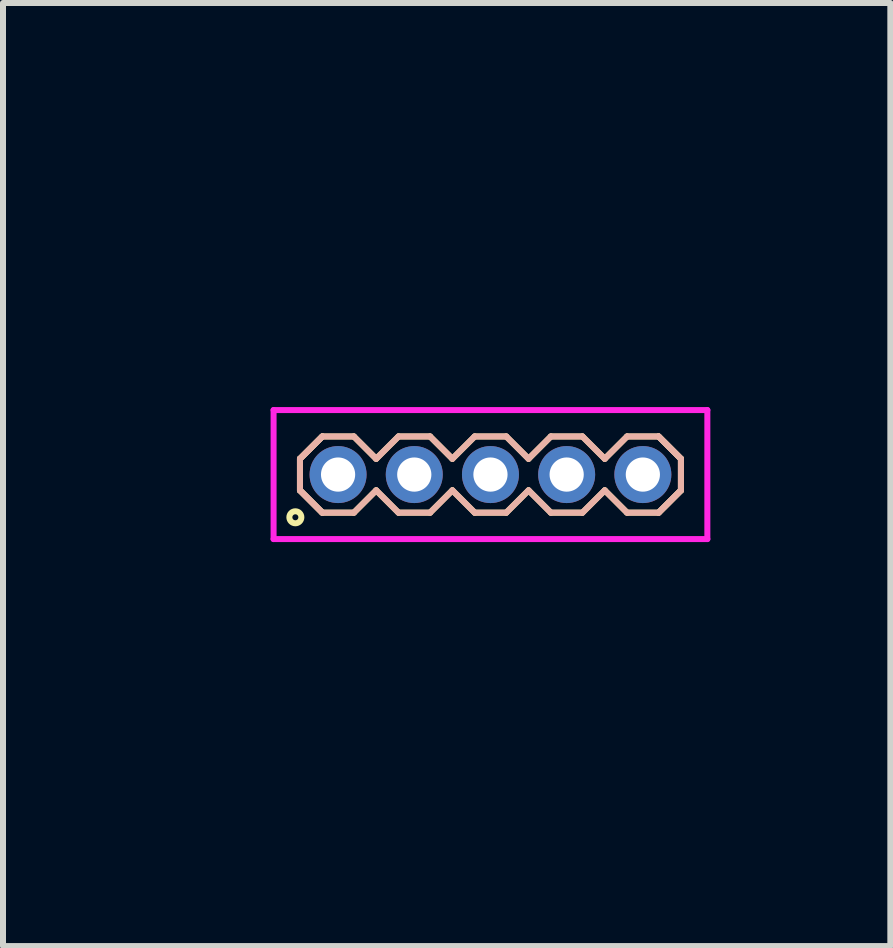
<source format=kicad_pcb>
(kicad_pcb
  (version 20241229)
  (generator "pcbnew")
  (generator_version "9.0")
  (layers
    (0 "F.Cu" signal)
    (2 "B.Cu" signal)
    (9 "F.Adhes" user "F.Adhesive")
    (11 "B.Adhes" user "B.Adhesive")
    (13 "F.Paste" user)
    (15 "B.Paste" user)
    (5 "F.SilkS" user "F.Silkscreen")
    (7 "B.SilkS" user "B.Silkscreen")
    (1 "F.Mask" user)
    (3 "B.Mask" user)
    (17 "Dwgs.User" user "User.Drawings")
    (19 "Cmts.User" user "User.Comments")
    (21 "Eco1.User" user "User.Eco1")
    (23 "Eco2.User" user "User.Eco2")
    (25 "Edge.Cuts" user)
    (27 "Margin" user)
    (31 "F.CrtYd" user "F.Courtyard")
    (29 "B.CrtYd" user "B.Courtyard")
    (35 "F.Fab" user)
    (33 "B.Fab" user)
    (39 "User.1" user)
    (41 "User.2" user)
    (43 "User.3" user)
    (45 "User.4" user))
  (footprint "HDR127P5x1"
    (layer "F.Cu")
    (at 5.125 4.86)
    (property "Reference" "HDR127P5x1" (at -4.365 0 90) (layer "User.1") (effects (font (size 1 1) (thickness 0.1))))
    (attr through_hole)
    (fp_line (start -3.175 -0.263) (end -2.803 -0.635) (stroke (width 0.1) (type solid)) (layer "F.SilkS"))
    (fp_line (start -3.175 -0.263) (end -2.803 -0.635) (stroke (width 0.1) (type solid)) (layer "F.SilkS"))
    (fp_line (start -3.175 0.263) (end -3.175 -0.263) (stroke (width 0.1) (type solid)) (layer "F.SilkS"))
    (fp_line (start -3.175 0.263) (end -3.175 -0.263) (stroke (width 0.1) (type solid)) (layer "F.SilkS"))
    (fp_line (start -2.803 -0.635) (end -2.277 -0.635) (stroke (width 0.1) (type solid)) (layer "F.SilkS"))
    (fp_line (start -2.803 0.635) (end -3.175 0.263) (stroke (width 0.1) (type solid)) (layer "F.SilkS"))
    (fp_line (start -2.803 0.635) (end -3.175 0.263) (stroke (width 0.1) (type solid)) (layer "F.SilkS"))
    (fp_line (start -2.277 -0.635) (end -1.905 -0.263) (stroke (width 0.1) (type solid)) (layer "F.SilkS"))
    (fp_line (start -2.277 0.635) (end -2.803 0.635) (stroke (width 0.1) (type solid)) (layer "F.SilkS"))
    (fp_line (start -1.905 -0.263) (end -1.533 -0.635) (stroke (width 0.1) (type solid)) (layer "F.SilkS"))
    (fp_line (start -1.905 0.263) (end -2.277 0.635) (stroke (width 0.1) (type solid)) (layer "F.SilkS"))
    (fp_line (start -1.533 -0.635) (end -1.007 -0.635) (stroke (width 0.1) (type solid)) (layer "F.SilkS"))
    (fp_line (start -1.533 0.635) (end -1.905 0.263) (stroke (width 0.1) (type solid)) (layer "F.SilkS"))
    (fp_line (start -1.007 -0.635) (end -0.635 -0.263) (stroke (width 0.1) (type solid)) (layer "F.SilkS"))
    (fp_line (start -1.007 0.635) (end -1.533 0.635) (stroke (width 0.1) (type solid)) (layer "F.SilkS"))
    (fp_line (start -0.635 -0.263) (end -0.263 -0.635) (stroke (width 0.1) (type solid)) (layer "F.SilkS"))
    (fp_line (start -0.635 0.263) (end -1.007 0.635) (stroke (width 0.1) (type solid)) (layer "F.SilkS"))
    (fp_line (start -0.263 -0.635) (end 0.263 -0.635) (stroke (width 0.1) (type solid)) (layer "F.SilkS"))
    (fp_line (start -0.263 0.635) (end -0.635 0.263) (stroke (width 0.1) (type solid)) (layer "F.SilkS"))
    (fp_line (start 0.263 -0.635) (end 0.635 -0.263) (stroke (width 0.1) (type solid)) (layer "F.SilkS"))
    (fp_line (start 0.263 0.635) (end -0.263 0.635) (stroke (width 0.1) (type solid)) (layer "F.SilkS"))
    (fp_line (start 0.635 -0.263) (end 1.007 -0.635) (stroke (width 0.1) (type solid)) (layer "F.SilkS"))
    (fp_line (start 0.635 0.263) (end 0.263 0.635) (stroke (width 0.1) (type solid)) (layer "F.SilkS"))
    (fp_line (start 1.007 -0.635) (end 1.533 -0.635) (stroke (width 0.1) (type solid)) (layer "F.SilkS"))
    (fp_line (start 1.007 0.635) (end 0.635 0.263) (stroke (width 0.1) (type solid)) (layer "F.SilkS"))
    (fp_line (start 1.533 -0.635) (end 1.905 -0.263) (stroke (width 0.1) (type solid)) (layer "F.SilkS"))
    (fp_line (start 1.533 0.635) (end 1.007 0.635) (stroke (width 0.1) (type solid)) (layer "F.SilkS"))
    (fp_line (start 1.905 -0.263) (end 2.277 -0.635) (stroke (width 0.1) (type solid)) (layer "F.SilkS"))
    (fp_line (start 1.905 0.263) (end 1.533 0.635) (stroke (width 0.1) (type solid)) (layer "F.SilkS"))
    (fp_line (start 2.277 -0.635) (end 2.803 -0.635) (stroke (width 0.1) (type solid)) (layer "F.SilkS"))
    (fp_line (start 2.277 0.635) (end 1.905 0.263) (stroke (width 0.1) (type solid)) (layer "F.SilkS"))
    (fp_line (start 2.803 -0.635) (end 3.175 -0.263) (stroke (width 0.1) (type solid)) (layer "F.SilkS"))
    (fp_line (start 2.803 -0.635) (end 3.175 -0.263) (stroke (width 0.1) (type solid)) (layer "F.SilkS"))
    (fp_line (start 2.803 0.635) (end 2.277 0.635) (stroke (width 0.1) (type solid)) (layer "F.SilkS"))
    (fp_line (start 3.175 -0.263) (end 3.175 0.263) (stroke (width 0.1) (type solid)) (layer "F.SilkS"))
    (fp_line (start 3.175 -0.263) (end 3.175 0.263) (stroke (width 0.1) (type solid)) (layer "F.SilkS"))
    (fp_line (start 3.175 0.263) (end 2.803 0.635) (stroke (width 0.1) (type solid)) (layer "F.SilkS"))
    (fp_line (start 3.175 0.263) (end 2.803 0.635) (stroke (width 0.1) (type solid)) (layer "F.SilkS"))
    (fp_circle (center -3.252 0.712) (end -3.152 0.712) (stroke (width 0.1) (type solid)) (fill no) (layer "F.SilkS"))
    (fp_line (start -3.175 -0.263) (end -2.803 -0.635) (stroke (width 0.1) (type solid)) (layer "B.SilkS"))
    (fp_line (start -3.175 -0.263) (end -2.803 -0.635) (stroke (width 0.1) (type solid)) (layer "B.SilkS"))
    (fp_line (start -3.175 0.263) (end -3.175 -0.263) (stroke (width 0.1) (type solid)) (layer "B.SilkS"))
    (fp_line (start -3.175 0.263) (end -3.175 -0.263) (stroke (width 0.1) (type solid)) (layer "B.SilkS"))
    (fp_line (start -2.803 -0.635) (end -2.277 -0.635) (stroke (width 0.1) (type solid)) (layer "B.SilkS"))
    (fp_line (start -2.803 0.635) (end -3.175 0.263) (stroke (width 0.1) (type solid)) (layer "B.SilkS"))
    (fp_line (start -2.803 0.635) (end -3.175 0.263) (stroke (width 0.1) (type solid)) (layer "B.SilkS"))
    (fp_line (start -2.277 -0.635) (end -1.905 -0.263) (stroke (width 0.1) (type solid)) (layer "B.SilkS"))
    (fp_line (start -2.277 0.635) (end -2.803 0.635) (stroke (width 0.1) (type solid)) (layer "B.SilkS"))
    (fp_line (start -1.905 -0.263) (end -1.533 -0.635) (stroke (width 0.1) (type solid)) (layer "B.SilkS"))
    (fp_line (start -1.905 0.263) (end -2.277 0.635) (stroke (width 0.1) (type solid)) (layer "B.SilkS"))
    (fp_line (start -1.533 -0.635) (end -1.007 -0.635) (stroke (width 0.1) (type solid)) (layer "B.SilkS"))
    (fp_line (start -1.533 0.635) (end -1.905 0.263) (stroke (width 0.1) (type solid)) (layer "B.SilkS"))
    (fp_line (start -1.007 -0.635) (end -0.635 -0.263) (stroke (width 0.1) (type solid)) (layer "B.SilkS"))
    (fp_line (start -1.007 0.635) (end -1.533 0.635) (stroke (width 0.1) (type solid)) (layer "B.SilkS"))
    (fp_line (start -0.635 -0.263) (end -0.263 -0.635) (stroke (width 0.1) (type solid)) (layer "B.SilkS"))
    (fp_line (start -0.635 0.263) (end -1.007 0.635) (stroke (width 0.1) (type solid)) (layer "B.SilkS"))
    (fp_line (start -0.263 -0.635) (end 0.263 -0.635) (stroke (width 0.1) (type solid)) (layer "B.SilkS"))
    (fp_line (start -0.263 0.635) (end -0.635 0.263) (stroke (width 0.1) (type solid)) (layer "B.SilkS"))
    (fp_line (start 0.263 -0.635) (end 0.635 -0.263) (stroke (width 0.1) (type solid)) (layer "B.SilkS"))
    (fp_line (start 0.263 0.635) (end -0.263 0.635) (stroke (width 0.1) (type solid)) (layer "B.SilkS"))
    (fp_line (start 0.635 -0.263) (end 1.007 -0.635) (stroke (width 0.1) (type solid)) (layer "B.SilkS"))
    (fp_line (start 0.635 0.263) (end 0.263 0.635) (stroke (width 0.1) (type solid)) (layer "B.SilkS"))
    (fp_line (start 1.007 -0.635) (end 1.533 -0.635) (stroke (width 0.1) (type solid)) (layer "B.SilkS"))
    (fp_line (start 1.007 0.635) (end 0.635 0.263) (stroke (width 0.1) (type solid)) (layer "B.SilkS"))
    (fp_line (start 1.533 -0.635) (end 1.905 -0.263) (stroke (width 0.1) (type solid)) (layer "B.SilkS"))
    (fp_line (start 1.533 0.635) (end 1.007 0.635) (stroke (width 0.1) (type solid)) (layer "B.SilkS"))
    (fp_line (start 1.905 -0.263) (end 2.277 -0.635) (stroke (width 0.1) (type solid)) (layer "B.SilkS"))
    (fp_line (start 1.905 0.263) (end 1.533 0.635) (stroke (width 0.1) (type solid)) (layer "B.SilkS"))
    (fp_line (start 2.277 -0.635) (end 2.803 -0.635) (stroke (width 0.1) (type solid)) (layer "B.SilkS"))
    (fp_line (start 2.277 0.635) (end 1.905 0.263) (stroke (width 0.1) (type solid)) (layer "B.SilkS"))
    (fp_line (start 2.803 -0.635) (end 3.175 -0.263) (stroke (width 0.1) (type solid)) (layer "B.SilkS"))
    (fp_line (start 2.803 -0.635) (end 3.175 -0.263) (stroke (width 0.1) (type solid)) (layer "B.SilkS"))
    (fp_line (start 2.803 0.635) (end 2.277 0.635) (stroke (width 0.1) (type solid)) (layer "B.SilkS"))
    (fp_line (start 3.175 -0.263) (end 3.175 0.263) (stroke (width 0.1) (type solid)) (layer "B.SilkS"))
    (fp_line (start 3.175 -0.263) (end 3.175 0.263) (stroke (width 0.1) (type solid)) (layer "B.SilkS"))
    (fp_line (start 3.175 0.263) (end 2.803 0.635) (stroke (width 0.1) (type solid)) (layer "B.SilkS"))
    (fp_line (start 3.175 0.263) (end 2.803 0.635) (stroke (width 0.1) (type solid)) (layer "B.SilkS"))
    (fp_line (start -3.615 -1.075) (end -3.615 1.075) (stroke (width 0.1) (type solid)) (layer "F.CrtYd"))
    (fp_line (start -3.615 1.075) (end 3.615 1.075) (stroke (width 0.1) (type solid)) (layer "F.CrtYd"))
    (fp_line (start 3.615 -1.075) (end -3.615 -1.075) (stroke (width 0.1) (type solid)) (layer "F.CrtYd"))
    (fp_line (start 3.615 1.075) (end 3.615 -1.075) (stroke (width 0.1) (type solid)) (layer "F.CrtYd"))
    (pad "1" thru_hole oval (at -2.54 0) (size 0.95 0.95) (drill 0.57) (layers "*.Cu" "*.Mask"))
    (pad "2" thru_hole oval (at -1.27 0) (size 0.95 0.95) (drill 0.57) (layers "*.Cu" "*.Mask"))
    (pad "3" thru_hole oval (at 0 0) (size 0.95 0.95) (drill 0.57) (layers "*.Cu" "*.Mask"))
    (pad "4" thru_hole oval (at 1.27 0) (size 0.95 0.95) (drill 0.57) (layers "*.Cu" "*.Mask"))
    (pad "5" thru_hole oval (at 2.54 0) (size 0.95 0.95) (drill 0.57) (layers "*.Cu" "*.Mask")))
  (gr_rect
    (start -3 -3)
    (end 11.79 12.719)
    (stroke (width 0.1) (type default))
    (fill no)
    (layer "Edge.Cuts")))
</source>
